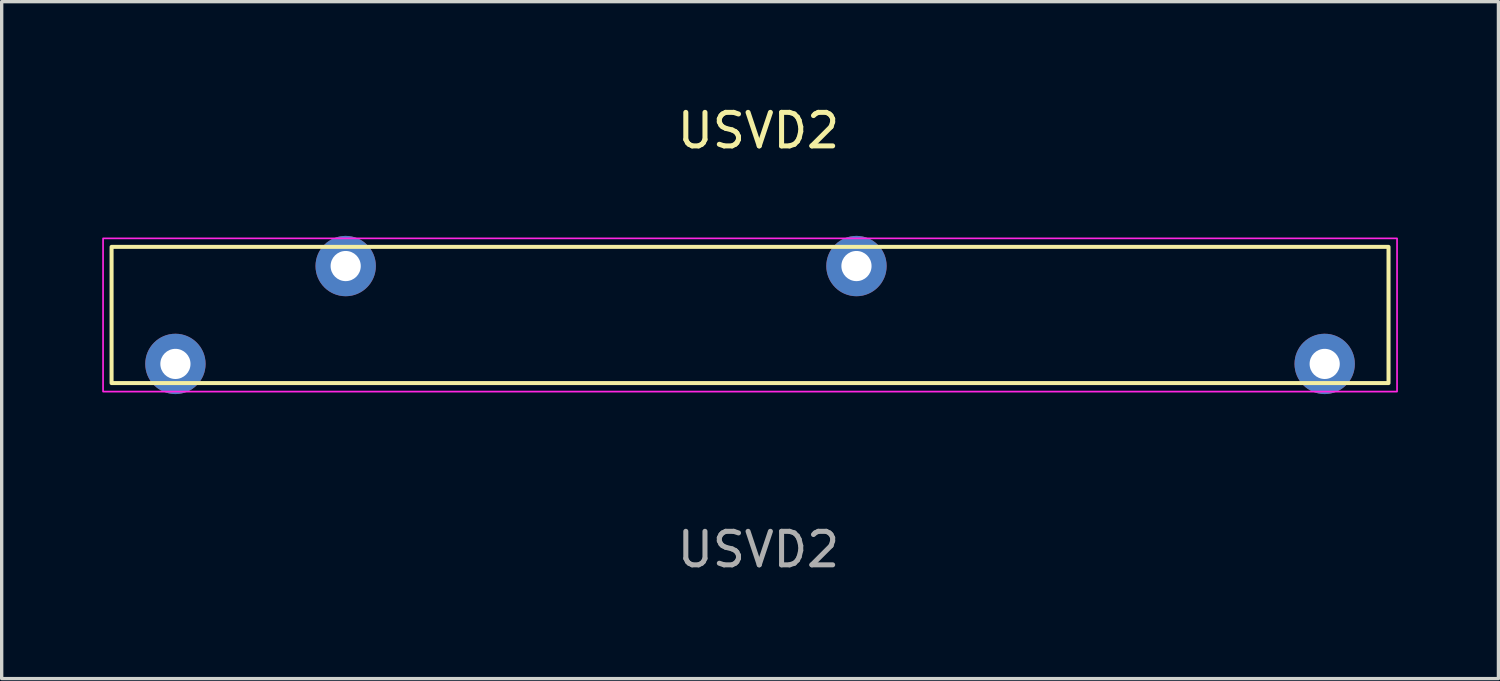
<source format=kicad_pcb>
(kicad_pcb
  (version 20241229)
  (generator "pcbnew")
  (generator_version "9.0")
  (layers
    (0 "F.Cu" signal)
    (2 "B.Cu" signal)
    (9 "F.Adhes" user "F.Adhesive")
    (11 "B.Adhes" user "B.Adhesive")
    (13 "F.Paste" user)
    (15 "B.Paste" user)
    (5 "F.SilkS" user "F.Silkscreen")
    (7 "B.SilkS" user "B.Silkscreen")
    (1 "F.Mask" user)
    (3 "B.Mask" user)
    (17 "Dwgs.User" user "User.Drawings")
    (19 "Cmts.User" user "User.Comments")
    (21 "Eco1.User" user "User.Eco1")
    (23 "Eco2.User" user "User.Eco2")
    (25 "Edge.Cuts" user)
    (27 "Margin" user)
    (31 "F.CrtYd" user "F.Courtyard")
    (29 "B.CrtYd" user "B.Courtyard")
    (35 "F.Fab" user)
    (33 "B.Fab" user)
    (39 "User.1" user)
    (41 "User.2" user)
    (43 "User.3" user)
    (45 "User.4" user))
  (footprint "USVD2"
    (layer "F.Cu")
    (at 19.329 6.348)
    (property "Reference" "USVD2" (at 0.25 -5.5 0) (unlocked yes) (layer "F.SilkS") (effects (font (size 1 1) (thickness 0.15))))
    (attr through_hole)
    (fp_rect (start -19.05 -2.032) (end 19.05 2.032) (stroke (width 0.12) (type solid)) (fill no) (layer "F.SilkS"))
    (fp_rect (start -19.304 -2.286) (end 19.304 2.286) (stroke (width 0.05) (type solid)) (fill no) (layer "F.CrtYd"))
    (fp_text user "${REFERENCE}" (at 0.25 7 0) (unlocked yes) (layer "F.Fab") (effects (font (size 1 1) (thickness 0.15))))
    (pad "1" thru_hole circle (at -17.145 1.46) (size 1.8 1.8) (drill 0.9) (layers "*.Cu" "*.Mask"))
    (pad "2" thru_hole circle (at -12.065 -1.46) (size 1.8 1.8) (drill 0.9) (layers "*.Cu" "*.Mask"))
    (pad "3" thru_hole circle (at 3.175 -1.46) (size 1.8 1.8) (drill 0.9) (layers "*.Cu" "*.Mask"))
    (pad "4" thru_hole circle (at 17.145 1.46) (size 1.8 1.8) (drill 0.9) (layers "*.Cu" "*.Mask")))
  (gr_rect
    (start -3 -3)
    (end 41.658 17.197)
    (stroke (width 0.1) (type default))
    (fill no)
    (layer "Edge.Cuts")))
</source>
